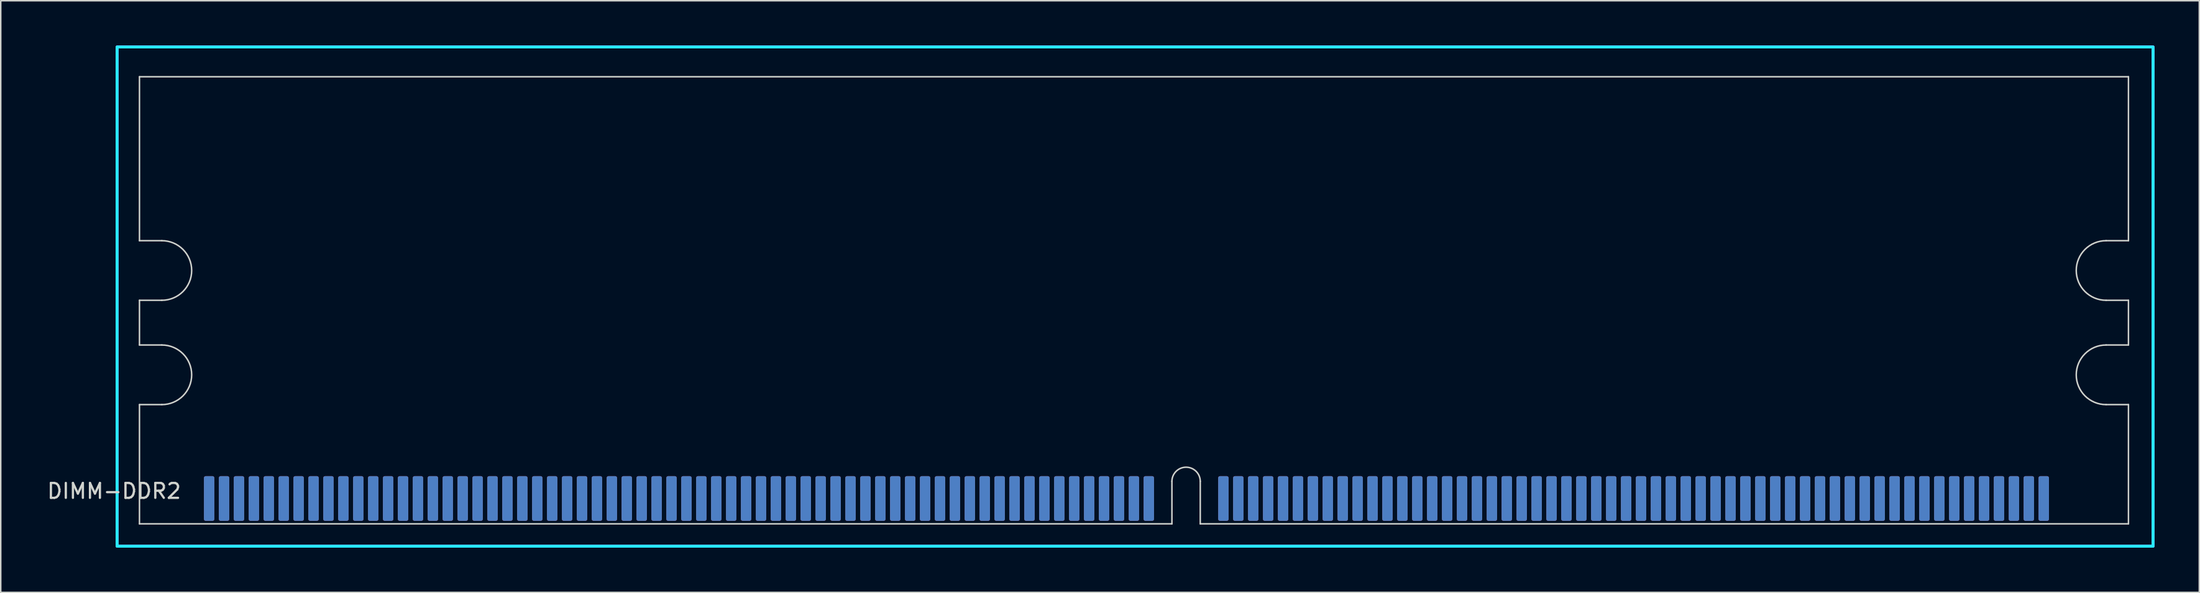
<source format=kicad_pcb>
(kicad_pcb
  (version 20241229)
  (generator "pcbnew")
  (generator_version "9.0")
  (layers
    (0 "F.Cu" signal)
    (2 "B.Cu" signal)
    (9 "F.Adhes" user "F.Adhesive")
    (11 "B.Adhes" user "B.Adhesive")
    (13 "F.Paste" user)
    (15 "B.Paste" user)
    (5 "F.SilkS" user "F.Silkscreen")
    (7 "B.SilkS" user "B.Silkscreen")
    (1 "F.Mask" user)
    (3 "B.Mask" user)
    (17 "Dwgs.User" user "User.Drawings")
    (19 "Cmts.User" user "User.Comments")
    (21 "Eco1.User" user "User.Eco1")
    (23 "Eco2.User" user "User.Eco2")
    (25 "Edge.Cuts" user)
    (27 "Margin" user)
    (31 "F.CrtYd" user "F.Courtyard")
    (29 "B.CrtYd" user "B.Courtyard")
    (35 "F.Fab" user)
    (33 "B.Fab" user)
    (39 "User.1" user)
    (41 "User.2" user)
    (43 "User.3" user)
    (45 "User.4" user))
  (footprint "DIMM-DDR2"
    (layer "F.Cu")
    (at 6.301 32.1)
    (property "Reference" "DIMM-DDR2" (at -1.7 -2.2 180) (layer "Edge.Cuts") (effects (font (size 1 1) (thickness 0.15))))
    (attr smd)
    (fp_line (start 0 -30) (end 133.35 -30) (stroke (width 0.1) (type solid)) (layer "Edge.Cuts"))
    (fp_line (start 0 -19) (end 0 -30) (stroke (width 0.1) (type default)) (layer "Edge.Cuts"))
    (fp_line (start 0 -15) (end 0 -12) (stroke (width 0.1) (type default)) (layer "Edge.Cuts"))
    (fp_line (start 0 -8) (end 0 0) (stroke (width 0.1) (type solid)) (layer "Edge.Cuts"))
    (fp_line (start 0 0) (end 69.22 0) (stroke (width 0.1) (type solid)) (layer "Edge.Cuts"))
    (fp_line (start 1.5 -19) (end 0 -19) (stroke (width 0.1) (type solid)) (layer "Edge.Cuts"))
    (fp_line (start 1.5 -15) (end 0 -15) (stroke (width 0.1) (type solid)) (layer "Edge.Cuts"))
    (fp_line (start 1.5 -12) (end 0 -12) (stroke (width 0.1) (type solid)) (layer "Edge.Cuts"))
    (fp_line (start 1.5 -8) (end 0 -8) (stroke (width 0.1) (type solid)) (layer "Edge.Cuts"))
    (fp_line (start 69.22 0) (end 69.22 -2.85) (stroke (width 0.1) (type solid)) (layer "Edge.Cuts"))
    (fp_line (start 71.12 0) (end 71.12 -2.85) (stroke (width 0.1) (type solid)) (layer "Edge.Cuts"))
    (fp_line (start 71.12 0) (end 133.35 0) (stroke (width 0.1) (type solid)) (layer "Edge.Cuts"))
    (fp_line (start 131.85 -19) (end 133.35 -19) (stroke (width 0.1) (type solid)) (layer "Edge.Cuts"))
    (fp_line (start 131.85 -15) (end 133.35 -15) (stroke (width 0.1) (type solid)) (layer "Edge.Cuts"))
    (fp_line (start 131.85 -12) (end 133.35 -12) (stroke (width 0.1) (type solid)) (layer "Edge.Cuts"))
    (fp_line (start 131.85 -8) (end 133.35 -8) (stroke (width 0.1) (type solid)) (layer "Edge.Cuts"))
    (fp_line (start 133.35 -19) (end 133.35 -30) (stroke (width 0.1) (type solid)) (layer "Edge.Cuts"))
    (fp_line (start 133.35 -15) (end 133.35 -12) (stroke (width 0.1) (type solid)) (layer "Edge.Cuts"))
    (fp_line (start 133.35 -8) (end 133.35 0) (stroke (width 0.1) (type solid)) (layer "Edge.Cuts"))
    (fp_arc (start 1.5 -19) (mid 3.5 -17) (end 1.5 -15) (stroke (width 0.1) (type solid)) (layer "Edge.Cuts"))
    (fp_arc (start 1.5 -12) (mid 3.5 -10) (end 1.5 -8) (stroke (width 0.1) (type solid)) (layer "Edge.Cuts"))
    (fp_arc (start 69.22 -2.85) (mid 70.17 -3.8) (end 71.12 -2.85) (stroke (width 0.1) (type solid)) (layer "Edge.Cuts"))
    (fp_arc (start 131.85 -15) (mid 129.85 -17) (end 131.85 -19) (stroke (width 0.1) (type solid)) (layer "Edge.Cuts"))
    (fp_arc (start 131.85 -8) (mid 129.85 -10) (end 131.85 -12) (stroke (width 0.1) (type solid)) (layer "Edge.Cuts"))
    (fp_rect (start -1.5 -32) (end 135 1.5) (stroke (width 0.2) (type solid)) (fill no) (layer "B.CrtYd"))
    (fp_rect (start -1.5 -32) (end 135 1.5) (stroke (width 0.2) (type solid)) (fill no) (layer "F.CrtYd"))
    (pad "1" connect roundrect (at 4.67 -1.7) (size 0.7 3) (layers "B.Cu" "B.Mask") (roundrect_rratio 0.172))
    (pad "2" connect roundrect (at 5.67 -1.7) (size 0.7 3) (layers "B.Cu" "B.Mask") (roundrect_rratio 0.172))
    (pad "3" connect roundrect (at 6.67 -1.7) (size 0.7 3) (layers "B.Cu" "B.Mask") (roundrect_rratio 0.172))
    (pad "4" connect roundrect (at 7.67 -1.7) (size 0.7 3) (layers "B.Cu" "B.Mask") (roundrect_rratio 0.172))
    (pad "5" connect roundrect (at 8.67 -1.7) (size 0.7 3) (layers "B.Cu" "B.Mask") (roundrect_rratio 0.172))
    (pad "6" connect roundrect (at 9.67 -1.7) (size 0.7 3) (layers "B.Cu" "B.Mask") (roundrect_rratio 0.172))
    (pad "7" connect roundrect (at 10.67 -1.7) (size 0.7 3) (layers "B.Cu" "B.Mask") (roundrect_rratio 0.172))
    (pad "8" connect roundrect (at 11.67 -1.7) (size 0.7 3) (layers "B.Cu" "B.Mask") (roundrect_rratio 0.172))
    (pad "9" connect roundrect (at 12.67 -1.7) (size 0.7 3) (layers "B.Cu" "B.Mask") (roundrect_rratio 0.172))
    (pad "10" connect roundrect (at 13.67 -1.7) (size 0.7 3) (layers "B.Cu" "B.Mask") (roundrect_rratio 0.172))
    (pad "11" connect roundrect (at 14.67 -1.7) (size 0.7 3) (layers "B.Cu" "B.Mask") (roundrect_rratio 0.172))
    (pad "12" connect roundrect (at 15.67 -1.7) (size 0.7 3) (layers "B.Cu" "B.Mask") (roundrect_rratio 0.172))
    (pad "13" connect roundrect (at 16.67 -1.7) (size 0.7 3) (layers "B.Cu" "B.Mask") (roundrect_rratio 0.172))
    (pad "14" connect roundrect (at 17.67 -1.7) (size 0.7 3) (layers "B.Cu" "B.Mask") (roundrect_rratio 0.172))
    (pad "15" connect roundrect (at 18.67 -1.7) (size 0.7 3) (layers "B.Cu" "B.Mask") (roundrect_rratio 0.172))
    (pad "16" connect roundrect (at 19.67 -1.7) (size 0.7 3) (layers "B.Cu" "B.Mask") (roundrect_rratio 0.172))
    (pad "17" connect roundrect (at 20.67 -1.7) (size 0.7 3) (layers "B.Cu" "B.Mask") (roundrect_rratio 0.172))
    (pad "18" connect roundrect (at 21.67 -1.7) (size 0.7 3) (layers "B.Cu" "B.Mask") (roundrect_rratio 0.172))
    (pad "19" connect roundrect (at 22.67 -1.7) (size 0.7 3) (layers "B.Cu" "B.Mask") (roundrect_rratio 0.172))
    (pad "20" connect roundrect (at 23.67 -1.7) (size 0.7 3) (layers "B.Cu" "B.Mask") (roundrect_rratio 0.172))
    (pad "21" connect roundrect (at 24.67 -1.7) (size 0.7 3) (layers "B.Cu" "B.Mask") (roundrect_rratio 0.172))
    (pad "22" connect roundrect (at 25.67 -1.7) (size 0.7 3) (layers "B.Cu" "B.Mask") (roundrect_rratio 0.172))
    (pad "23" connect roundrect (at 26.67 -1.7) (size 0.7 3) (layers "B.Cu" "B.Mask") (roundrect_rratio 0.172))
    (pad "24" connect roundrect (at 27.67 -1.7) (size 0.7 3) (layers "B.Cu" "B.Mask") (roundrect_rratio 0.172))
    (pad "25" connect roundrect (at 28.67 -1.7) (size 0.7 3) (layers "B.Cu" "B.Mask") (roundrect_rratio 0.172))
    (pad "26" connect roundrect (at 29.67 -1.7) (size 0.7 3) (layers "B.Cu" "B.Mask") (roundrect_rratio 0.172))
    (pad "27" connect roundrect (at 30.67 -1.7) (size 0.7 3) (layers "B.Cu" "B.Mask") (roundrect_rratio 0.172))
    (pad "28" connect roundrect (at 31.67 -1.7) (size 0.7 3) (layers "B.Cu" "B.Mask") (roundrect_rratio 0.172))
    (pad "29" connect roundrect (at 32.67 -1.7) (size 0.7 3) (layers "B.Cu" "B.Mask") (roundrect_rratio 0.172))
    (pad "30" connect roundrect (at 33.67 -1.7) (size 0.7 3) (layers "B.Cu" "B.Mask") (roundrect_rratio 0.172))
    (pad "31" connect roundrect (at 34.67 -1.7) (size 0.7 3) (layers "B.Cu" "B.Mask") (roundrect_rratio 0.172))
    (pad "32" connect roundrect (at 35.67 -1.7) (size 0.7 3) (layers "B.Cu" "B.Mask") (roundrect_rratio 0.172))
    (pad "33" connect roundrect (at 36.67 -1.7) (size 0.7 3) (layers "B.Cu" "B.Mask") (roundrect_rratio 0.172))
    (pad "34" connect roundrect (at 37.67 -1.7) (size 0.7 3) (layers "B.Cu" "B.Mask") (roundrect_rratio 0.172))
    (pad "35" connect roundrect (at 38.67 -1.7) (size 0.7 3) (layers "B.Cu" "B.Mask") (roundrect_rratio 0.172))
    (pad "36" connect roundrect (at 39.67 -1.7) (size 0.7 3) (layers "B.Cu" "B.Mask") (roundrect_rratio 0.172))
    (pad "37" connect roundrect (at 40.67 -1.7) (size 0.7 3) (layers "B.Cu" "B.Mask") (roundrect_rratio 0.172))
    (pad "38" connect roundrect (at 41.67 -1.7) (size 0.7 3) (layers "B.Cu" "B.Mask") (roundrect_rratio 0.172))
    (pad "39" connect roundrect (at 42.67 -1.7) (size 0.7 3) (layers "B.Cu" "B.Mask") (roundrect_rratio 0.172))
    (pad "40" connect roundrect (at 43.67 -1.7) (size 0.7 3) (layers "B.Cu" "B.Mask") (roundrect_rratio 0.172))
    (pad "41" connect roundrect (at 44.67 -1.7) (size 0.7 3) (layers "B.Cu" "B.Mask") (roundrect_rratio 0.172))
    (pad "42" connect roundrect (at 45.67 -1.7) (size 0.7 3) (layers "B.Cu" "B.Mask") (roundrect_rratio 0.172))
    (pad "43" connect roundrect (at 46.67 -1.7) (size 0.7 3) (layers "B.Cu" "B.Mask") (roundrect_rratio 0.172))
    (pad "44" connect roundrect (at 47.67 -1.7) (size 0.7 3) (layers "B.Cu" "B.Mask") (roundrect_rratio 0.172))
    (pad "45" connect roundrect (at 48.67 -1.7) (size 0.7 3) (layers "B.Cu" "B.Mask") (roundrect_rratio 0.172))
    (pad "46" connect roundrect (at 49.67 -1.7) (size 0.7 3) (layers "B.Cu" "B.Mask") (roundrect_rratio 0.172))
    (pad "47" connect roundrect (at 50.67 -1.7) (size 0.7 3) (layers "B.Cu" "B.Mask") (roundrect_rratio 0.172))
    (pad "48" connect roundrect (at 51.67 -1.7) (size 0.7 3) (layers "B.Cu" "B.Mask") (roundrect_rratio 0.172))
    (pad "49" connect roundrect (at 52.67 -1.7) (size 0.7 3) (layers "B.Cu" "B.Mask") (roundrect_rratio 0.172))
    (pad "50" connect roundrect (at 53.67 -1.7) (size 0.7 3) (layers "B.Cu" "B.Mask") (roundrect_rratio 0.172))
    (pad "51" connect roundrect (at 54.67 -1.7) (size 0.7 3) (layers "B.Cu" "B.Mask") (roundrect_rratio 0.172))
    (pad "52" connect roundrect (at 55.67 -1.7) (size 0.7 3) (layers "B.Cu" "B.Mask") (roundrect_rratio 0.172))
    (pad "53" connect roundrect (at 56.67 -1.7) (size 0.7 3) (layers "B.Cu" "B.Mask") (roundrect_rratio 0.172))
    (pad "54" connect roundrect (at 57.67 -1.7) (size 0.7 3) (layers "B.Cu" "B.Mask") (roundrect_rratio 0.172))
    (pad "55" connect roundrect (at 58.67 -1.7) (size 0.7 3) (layers "B.Cu" "B.Mask") (roundrect_rratio 0.172))
    (pad "56" connect roundrect (at 59.67 -1.7) (size 0.7 3) (layers "B.Cu" "B.Mask") (roundrect_rratio 0.172))
    (pad "57" connect roundrect (at 60.67 -1.7) (size 0.7 3) (layers "B.Cu" "B.Mask") (roundrect_rratio 0.172))
    (pad "58" connect roundrect (at 61.67 -1.7) (size 0.7 3) (layers "B.Cu" "B.Mask") (roundrect_rratio 0.172))
    (pad "59" connect roundrect (at 62.67 -1.7) (size 0.7 3) (layers "B.Cu" "B.Mask") (roundrect_rratio 0.172))
    (pad "60" connect roundrect (at 63.67 -1.7) (size 0.7 3) (layers "B.Cu" "B.Mask") (roundrect_rratio 0.172))
    (pad "61" connect roundrect (at 64.67 -1.7) (size 0.7 3) (layers "B.Cu" "B.Mask") (roundrect_rratio 0.172))
    (pad "62" connect roundrect (at 65.67 -1.7) (size 0.7 3) (layers "B.Cu" "B.Mask") (roundrect_rratio 0.172))
    (pad "63" connect roundrect (at 66.67 -1.7) (size 0.7 3) (layers "B.Cu" "B.Mask") (roundrect_rratio 0.172))
    (pad "64" connect roundrect (at 67.67 -1.7) (size 0.7 3) (layers "B.Cu" "B.Mask") (roundrect_rratio 0.172))
    (pad "65" connect roundrect (at 72.67 -1.7) (size 0.7 3) (layers "B.Cu" "B.Mask") (roundrect_rratio 0.172))
    (pad "66" connect roundrect (at 73.67 -1.7) (size 0.7 3) (layers "B.Cu" "B.Mask") (roundrect_rratio 0.172))
    (pad "67" connect roundrect (at 74.67 -1.7) (size 0.7 3) (layers "B.Cu" "B.Mask") (roundrect_rratio 0.172))
    (pad "68" connect roundrect (at 75.67 -1.7) (size 0.7 3) (layers "B.Cu" "B.Mask") (roundrect_rratio 0.172))
    (pad "69" connect roundrect (at 76.67 -1.7) (size 0.7 3) (layers "B.Cu" "B.Mask") (roundrect_rratio 0.172))
    (pad "70" connect roundrect (at 77.67 -1.7) (size 0.7 3) (layers "B.Cu" "B.Mask") (roundrect_rratio 0.172))
    (pad "71" connect roundrect (at 78.67 -1.7) (size 0.7 3) (layers "B.Cu" "B.Mask") (roundrect_rratio 0.172))
    (pad "72" connect roundrect (at 79.67 -1.7) (size 0.7 3) (layers "B.Cu" "B.Mask") (roundrect_rratio 0.172))
    (pad "73" connect roundrect (at 80.67 -1.7) (size 0.7 3) (layers "B.Cu" "B.Mask") (roundrect_rratio 0.172))
    (pad "74" connect roundrect (at 81.67 -1.7) (size 0.7 3) (layers "B.Cu" "B.Mask") (roundrect_rratio 0.172))
    (pad "75" connect roundrect (at 82.67 -1.7) (size 0.7 3) (layers "B.Cu" "B.Mask") (roundrect_rratio 0.172))
    (pad "76" connect roundrect (at 83.67 -1.7) (size 0.7 3) (layers "B.Cu" "B.Mask") (roundrect_rratio 0.172))
    (pad "77" connect roundrect (at 84.67 -1.7) (size 0.7 3) (layers "B.Cu" "B.Mask") (roundrect_rratio 0.172))
    (pad "78" connect roundrect (at 85.67 -1.7) (size 0.7 3) (layers "B.Cu" "B.Mask") (roundrect_rratio 0.172))
    (pad "79" connect roundrect (at 86.67 -1.7) (size 0.7 3) (layers "B.Cu" "B.Mask") (roundrect_rratio 0.172))
    (pad "80" connect roundrect (at 87.67 -1.7) (size 0.7 3) (layers "B.Cu" "B.Mask") (roundrect_rratio 0.172))
    (pad "81" connect roundrect (at 88.67 -1.7) (size 0.7 3) (layers "B.Cu" "B.Mask") (roundrect_rratio 0.172))
    (pad "82" connect roundrect (at 89.67 -1.7) (size 0.7 3) (layers "B.Cu" "B.Mask") (roundrect_rratio 0.172))
    (pad "83" connect roundrect (at 90.67 -1.7) (size 0.7 3) (layers "B.Cu" "B.Mask") (roundrect_rratio 0.172))
    (pad "84" connect roundrect (at 91.67 -1.7) (size 0.7 3) (layers "B.Cu" "B.Mask") (roundrect_rratio 0.172))
    (pad "85" connect roundrect (at 92.67 -1.7) (size 0.7 3) (layers "B.Cu" "B.Mask") (roundrect_rratio 0.172))
    (pad "86" connect roundrect (at 93.67 -1.7) (size 0.7 3) (layers "B.Cu" "B.Mask") (roundrect_rratio 0.172))
    (pad "87" connect roundrect (at 94.67 -1.7) (size 0.7 3) (layers "B.Cu" "B.Mask") (roundrect_rratio 0.172))
    (pad "88" connect roundrect (at 95.67 -1.7) (size 0.7 3) (layers "B.Cu" "B.Mask") (roundrect_rratio 0.172))
    (pad "89" connect roundrect (at 96.67 -1.7) (size 0.7 3) (layers "B.Cu" "B.Mask") (roundrect_rratio 0.172))
    (pad "90" connect roundrect (at 97.67 -1.7) (size 0.7 3) (layers "B.Cu" "B.Mask") (roundrect_rratio 0.172))
    (pad "91" connect roundrect (at 98.67 -1.7) (size 0.7 3) (layers "B.Cu" "B.Mask") (roundrect_rratio 0.172))
    (pad "92" connect roundrect (at 99.67 -1.7) (size 0.7 3) (layers "B.Cu" "B.Mask") (roundrect_rratio 0.172))
    (pad "93" connect roundrect (at 100.67 -1.7) (size 0.7 3) (layers "B.Cu" "B.Mask") (roundrect_rratio 0.172))
    (pad "94" connect roundrect (at 101.67 -1.7) (size 0.7 3) (layers "B.Cu" "B.Mask") (roundrect_rratio 0.172))
    (pad "95" connect roundrect (at 102.67 -1.7) (size 0.7 3) (layers "B.Cu" "B.Mask") (roundrect_rratio 0.172))
    (pad "96" connect roundrect (at 103.67 -1.7) (size 0.7 3) (layers "B.Cu" "B.Mask") (roundrect_rratio 0.172))
    (pad "97" connect roundrect (at 104.67 -1.7) (size 0.7 3) (layers "B.Cu" "B.Mask") (roundrect_rratio 0.172))
    (pad "98" connect roundrect (at 105.67 -1.7) (size 0.7 3) (layers "B.Cu" "B.Mask") (roundrect_rratio 0.172))
    (pad "99" connect roundrect (at 106.67 -1.7) (size 0.7 3) (layers "B.Cu" "B.Mask") (roundrect_rratio 0.172))
    (pad "100" connect roundrect (at 107.67 -1.7) (size 0.7 3) (layers "B.Cu" "B.Mask") (roundrect_rratio 0.172))
    (pad "101" connect roundrect (at 108.67 -1.7) (size 0.7 3) (layers "B.Cu" "B.Mask") (roundrect_rratio 0.172))
    (pad "102" connect roundrect (at 109.67 -1.7) (size 0.7 3) (layers "B.Cu" "B.Mask") (roundrect_rratio 0.172))
    (pad "103" connect roundrect (at 110.67 -1.7) (size 0.7 3) (layers "B.Cu" "B.Mask") (roundrect_rratio 0.172))
    (pad "104" connect roundrect (at 111.67 -1.7) (size 0.7 3) (layers "B.Cu" "B.Mask") (roundrect_rratio 0.172))
    (pad "105" connect roundrect (at 112.67 -1.7) (size 0.7 3) (layers "B.Cu" "B.Mask") (roundrect_rratio 0.172))
    (pad "106" connect roundrect (at 113.67 -1.7) (size 0.7 3) (layers "B.Cu" "B.Mask") (roundrect_rratio 0.172))
    (pad "107" connect roundrect (at 114.67 -1.7) (size 0.7 3) (layers "B.Cu" "B.Mask") (roundrect_rratio 0.172))
    (pad "108" connect roundrect (at 115.67 -1.7) (size 0.7 3) (layers "B.Cu" "B.Mask") (roundrect_rratio 0.172))
    (pad "109" connect roundrect (at 116.67 -1.7) (size 0.7 3) (layers "B.Cu" "B.Mask") (roundrect_rratio 0.172))
    (pad "110" connect roundrect (at 117.67 -1.7) (size 0.7 3) (layers "B.Cu" "B.Mask") (roundrect_rratio 0.172))
    (pad "111" connect roundrect (at 118.67 -1.7) (size 0.7 3) (layers "B.Cu" "B.Mask") (roundrect_rratio 0.172))
    (pad "112" connect roundrect (at 119.67 -1.7) (size 0.7 3) (layers "B.Cu" "B.Mask") (roundrect_rratio 0.172))
    (pad "113" connect roundrect (at 120.67 -1.7) (size 0.7 3) (layers "B.Cu" "B.Mask") (roundrect_rratio 0.172))
    (pad "114" connect roundrect (at 121.67 -1.7) (size 0.7 3) (layers "B.Cu" "B.Mask") (roundrect_rratio 0.172))
    (pad "115" connect roundrect (at 122.67 -1.7) (size 0.7 3) (layers "B.Cu" "B.Mask") (roundrect_rratio 0.172))
    (pad "116" connect roundrect (at 123.67 -1.7) (size 0.7 3) (layers "B.Cu" "B.Mask") (roundrect_rratio 0.172))
    (pad "117" connect roundrect (at 124.67 -1.7) (size 0.7 3) (layers "B.Cu" "B.Mask") (roundrect_rratio 0.172))
    (pad "118" connect roundrect (at 125.67 -1.7) (size 0.7 3) (layers "B.Cu" "B.Mask") (roundrect_rratio 0.172))
    (pad "119" connect roundrect (at 126.67 -1.7) (size 0.7 3) (layers "B.Cu" "B.Mask") (roundrect_rratio 0.172))
    (pad "120" connect roundrect (at 127.67 -1.7) (size 0.7 3) (layers "B.Cu" "B.Mask") (roundrect_rratio 0.172))
    (pad "121" connect roundrect (at 4.67 -1.7) (size 0.7 3) (layers "F.Cu" "F.Mask") (roundrect_rratio 0.172))
    (pad "122" connect roundrect (at 5.67 -1.7) (size 0.7 3) (layers "F.Cu" "F.Mask") (roundrect_rratio 0.172))
    (pad "123" connect roundrect (at 6.67 -1.7) (size 0.7 3) (layers "F.Cu" "F.Mask") (roundrect_rratio 0.172))
    (pad "124" connect roundrect (at 7.67 -1.7) (size 0.7 3) (layers "F.Cu" "F.Mask") (roundrect_rratio 0.172))
    (pad "125" connect roundrect (at 8.67 -1.7) (size 0.7 3) (layers "F.Cu" "F.Mask") (roundrect_rratio 0.172))
    (pad "126" connect roundrect (at 9.67 -1.7) (size 0.7 3) (layers "F.Cu" "F.Mask") (roundrect_rratio 0.172))
    (pad "127" connect roundrect (at 10.67 -1.7) (size 0.7 3) (layers "F.Cu" "F.Mask") (roundrect_rratio 0.172))
    (pad "128" connect roundrect (at 11.67 -1.7) (size 0.7 3) (layers "F.Cu" "F.Mask") (roundrect_rratio 0.172))
    (pad "129" connect roundrect (at 12.67 -1.7) (size 0.7 3) (layers "F.Cu" "F.Mask") (roundrect_rratio 0.172))
    (pad "130" connect roundrect (at 13.67 -1.7) (size 0.7 3) (layers "F.Cu" "F.Mask") (roundrect_rratio 0.172))
    (pad "131" connect roundrect (at 14.67 -1.7) (size 0.7 3) (layers "F.Cu" "F.Mask") (roundrect_rratio 0.172))
    (pad "132" connect roundrect (at 15.67 -1.7) (size 0.7 3) (layers "F.Cu" "F.Mask") (roundrect_rratio 0.172))
    (pad "133" connect roundrect (at 16.67 -1.7) (size 0.7 3) (layers "F.Cu" "F.Mask") (roundrect_rratio 0.172))
    (pad "134" connect roundrect (at 17.67 -1.7) (size 0.7 3) (layers "F.Cu" "F.Mask") (roundrect_rratio 0.172))
    (pad "135" connect roundrect (at 18.67 -1.7) (size 0.7 3) (layers "F.Cu" "F.Mask") (roundrect_rratio 0.172))
    (pad "136" connect roundrect (at 19.67 -1.7) (size 0.7 3) (layers "F.Cu" "F.Mask") (roundrect_rratio 0.172))
    (pad "137" connect roundrect (at 20.67 -1.7) (size 0.7 3) (layers "F.Cu" "F.Mask") (roundrect_rratio 0.172))
    (pad "138" connect roundrect (at 21.67 -1.7) (size 0.7 3) (layers "F.Cu" "F.Mask") (roundrect_rratio 0.172))
    (pad "139" connect roundrect (at 22.67 -1.7) (size 0.7 3) (layers "F.Cu" "F.Mask") (roundrect_rratio 0.172))
    (pad "140" connect roundrect (at 23.67 -1.7) (size 0.7 3) (layers "F.Cu" "F.Mask") (roundrect_rratio 0.172))
    (pad "141" connect roundrect (at 24.67 -1.7) (size 0.7 3) (layers "F.Cu" "F.Mask") (roundrect_rratio 0.172))
    (pad "142" connect roundrect (at 25.67 -1.7) (size 0.7 3) (layers "F.Cu" "F.Mask") (roundrect_rratio 0.172))
    (pad "143" connect roundrect (at 26.67 -1.7) (size 0.7 3) (layers "F.Cu" "F.Mask") (roundrect_rratio 0.172))
    (pad "144" connect roundrect (at 27.67 -1.7) (size 0.7 3) (layers "F.Cu" "F.Mask") (roundrect_rratio 0.172))
    (pad "145" connect roundrect (at 28.67 -1.7) (size 0.7 3) (layers "F.Cu" "F.Mask") (roundrect_rratio 0.172))
    (pad "146" connect roundrect (at 29.67 -1.7) (size 0.7 3) (layers "F.Cu" "F.Mask") (roundrect_rratio 0.172))
    (pad "147" connect roundrect (at 30.67 -1.7) (size 0.7 3) (layers "F.Cu" "F.Mask") (roundrect_rratio 0.172))
    (pad "148" connect roundrect (at 31.67 -1.7) (size 0.7 3) (layers "F.Cu" "F.Mask") (roundrect_rratio 0.172))
    (pad "149" connect roundrect (at 32.67 -1.7) (size 0.7 3) (layers "F.Cu" "F.Mask") (roundrect_rratio 0.172))
    (pad "150" connect roundrect (at 33.67 -1.7) (size 0.7 3) (layers "F.Cu" "F.Mask") (roundrect_rratio 0.172))
    (pad "151" connect roundrect (at 34.67 -1.7) (size 0.7 3) (layers "F.Cu" "F.Mask") (roundrect_rratio 0.172))
    (pad "152" connect roundrect (at 35.67 -1.7) (size 0.7 3) (layers "F.Cu" "F.Mask") (roundrect_rratio 0.172))
    (pad "153" connect roundrect (at 36.67 -1.7) (size 0.7 3) (layers "F.Cu" "F.Mask") (roundrect_rratio 0.172))
    (pad "154" connect roundrect (at 37.67 -1.7) (size 0.7 3) (layers "F.Cu" "F.Mask") (roundrect_rratio 0.172))
    (pad "155" connect roundrect (at 38.67 -1.7) (size 0.7 3) (layers "F.Cu" "F.Mask") (roundrect_rratio 0.172))
    (pad "156" connect roundrect (at 39.67 -1.7) (size 0.7 3) (layers "F.Cu" "F.Mask") (roundrect_rratio 0.172))
    (pad "157" connect roundrect (at 40.67 -1.7) (size 0.7 3) (layers "F.Cu" "F.Mask") (roundrect_rratio 0.172))
    (pad "158" connect roundrect (at 41.67 -1.7) (size 0.7 3) (layers "F.Cu" "F.Mask") (roundrect_rratio 0.172))
    (pad "159" connect roundrect (at 42.67 -1.7) (size 0.7 3) (layers "F.Cu" "F.Mask") (roundrect_rratio 0.172))
    (pad "160" connect roundrect (at 43.67 -1.7) (size 0.7 3) (layers "F.Cu" "F.Mask") (roundrect_rratio 0.172))
    (pad "161" connect roundrect (at 44.67 -1.7) (size 0.7 3) (layers "F.Cu" "F.Mask") (roundrect_rratio 0.172))
    (pad "162" connect roundrect (at 45.67 -1.7) (size 0.7 3) (layers "F.Cu" "F.Mask") (roundrect_rratio 0.172))
    (pad "163" connect roundrect (at 46.67 -1.7) (size 0.7 3) (layers "F.Cu" "F.Mask") (roundrect_rratio 0.172))
    (pad "164" connect roundrect (at 47.67 -1.7) (size 0.7 3) (layers "F.Cu" "F.Mask") (roundrect_rratio 0.172))
    (pad "165" connect roundrect (at 48.67 -1.7) (size 0.7 3) (layers "F.Cu" "F.Mask") (roundrect_rratio 0.172))
    (pad "166" connect roundrect (at 49.67 -1.7) (size 0.7 3) (layers "F.Cu" "F.Mask") (roundrect_rratio 0.172))
    (pad "167" connect roundrect (at 50.67 -1.7) (size 0.7 3) (layers "F.Cu" "F.Mask") (roundrect_rratio 0.172))
    (pad "168" connect roundrect (at 51.67 -1.7) (size 0.7 3) (layers "F.Cu" "F.Mask") (roundrect_rratio 0.172))
    (pad "169" connect roundrect (at 52.67 -1.7) (size 0.7 3) (layers "F.Cu" "F.Mask") (roundrect_rratio 0.172))
    (pad "170" connect roundrect (at 53.67 -1.7) (size 0.7 3) (layers "F.Cu" "F.Mask") (roundrect_rratio 0.172))
    (pad "171" connect roundrect (at 54.67 -1.7) (size 0.7 3) (layers "F.Cu" "F.Mask") (roundrect_rratio 0.172))
    (pad "172" connect roundrect (at 55.67 -1.7) (size 0.7 3) (layers "F.Cu" "F.Mask") (roundrect_rratio 0.172))
    (pad "173" connect roundrect (at 56.67 -1.7) (size 0.7 3) (layers "F.Cu" "F.Mask") (roundrect_rratio 0.172))
    (pad "174" connect roundrect (at 57.67 -1.7) (size 0.7 3) (layers "F.Cu" "F.Mask") (roundrect_rratio 0.172))
    (pad "175" connect roundrect (at 58.67 -1.7) (size 0.7 3) (layers "F.Cu" "F.Mask") (roundrect_rratio 0.172))
    (pad "176" connect roundrect (at 59.67 -1.7) (size 0.7 3) (layers "F.Cu" "F.Mask") (roundrect_rratio 0.172))
    (pad "177" connect roundrect (at 60.67 -1.7) (size 0.7 3) (layers "F.Cu" "F.Mask") (roundrect_rratio 0.172))
    (pad "178" connect roundrect (at 61.67 -1.7) (size 0.7 3) (layers "F.Cu" "F.Mask") (roundrect_rratio 0.172))
    (pad "179" connect roundrect (at 62.67 -1.7) (size 0.7 3) (layers "F.Cu" "F.Mask") (roundrect_rratio 0.172))
    (pad "180" connect roundrect (at 63.67 -1.7) (size 0.7 3) (layers "F.Cu" "F.Mask") (roundrect_rratio 0.172))
    (pad "181" connect roundrect (at 64.67 -1.7) (size 0.7 3) (layers "F.Cu" "F.Mask") (roundrect_rratio 0.172))
    (pad "182" connect roundrect (at 65.67 -1.7) (size 0.7 3) (layers "F.Cu" "F.Mask") (roundrect_rratio 0.172))
    (pad "183" connect roundrect (at 66.67 -1.7) (size 0.7 3) (layers "F.Cu" "F.Mask") (roundrect_rratio 0.172))
    (pad "184" connect roundrect (at 67.67 -1.7) (size 0.7 3) (layers "F.Cu" "F.Mask") (roundrect_rratio 0.172))
    (pad "185" connect roundrect (at 72.67 -1.7) (size 0.7 3) (layers "F.Cu" "F.Mask") (roundrect_rratio 0.172))
    (pad "186" connect roundrect (at 73.67 -1.7) (size 0.7 3) (layers "F.Cu" "F.Mask") (roundrect_rratio 0.172))
    (pad "187" connect roundrect (at 74.67 -1.7) (size 0.7 3) (layers "F.Cu" "F.Mask") (roundrect_rratio 0.172))
    (pad "188" connect roundrect (at 75.67 -1.7) (size 0.7 3) (layers "F.Cu" "F.Mask") (roundrect_rratio 0.172))
    (pad "189" connect roundrect (at 76.67 -1.7) (size 0.7 3) (layers "F.Cu" "F.Mask") (roundrect_rratio 0.172))
    (pad "190" connect roundrect (at 77.67 -1.7) (size 0.7 3) (layers "F.Cu" "F.Mask") (roundrect_rratio 0.172))
    (pad "191" connect roundrect (at 78.67 -1.7) (size 0.7 3) (layers "F.Cu" "F.Mask") (roundrect_rratio 0.172))
    (pad "192" connect roundrect (at 79.67 -1.7) (size 0.7 3) (layers "F.Cu" "F.Mask") (roundrect_rratio 0.172))
    (pad "193" connect roundrect (at 80.67 -1.7) (size 0.7 3) (layers "F.Cu" "F.Mask") (roundrect_rratio 0.172))
    (pad "194" connect roundrect (at 81.67 -1.7) (size 0.7 3) (layers "F.Cu" "F.Mask") (roundrect_rratio 0.172))
    (pad "195" connect roundrect (at 82.67 -1.7) (size 0.7 3) (layers "F.Cu" "F.Mask") (roundrect_rratio 0.172))
    (pad "196" connect roundrect (at 83.67 -1.7) (size 0.7 3) (layers "F.Cu" "F.Mask") (roundrect_rratio 0.172))
    (pad "197" connect roundrect (at 84.67 -1.7) (size 0.7 3) (layers "F.Cu" "F.Mask") (roundrect_rratio 0.172))
    (pad "198" connect roundrect (at 85.67 -1.7) (size 0.7 3) (layers "F.Cu" "F.Mask") (roundrect_rratio 0.172))
    (pad "199" connect roundrect (at 86.67 -1.7) (size 0.7 3) (layers "F.Cu" "F.Mask") (roundrect_rratio 0.172))
    (pad "200" connect roundrect (at 87.67 -1.7) (size 0.7 3) (layers "F.Cu" "F.Mask") (roundrect_rratio 0.172))
    (pad "201" connect roundrect (at 88.67 -1.7) (size 0.7 3) (layers "F.Cu" "F.Mask") (roundrect_rratio 0.172))
    (pad "202" connect roundrect (at 89.67 -1.7) (size 0.7 3) (layers "F.Cu" "F.Mask") (roundrect_rratio 0.172))
    (pad "203" connect roundrect (at 90.67 -1.7) (size 0.7 3) (layers "F.Cu" "F.Mask") (roundrect_rratio 0.172))
    (pad "204" connect roundrect (at 91.67 -1.7) (size 0.7 3) (layers "F.Cu" "F.Mask") (roundrect_rratio 0.172))
    (pad "205" connect roundrect (at 92.67 -1.7) (size 0.7 3) (layers "F.Cu" "F.Mask") (roundrect_rratio 0.172))
    (pad "206" connect roundrect (at 93.67 -1.7) (size 0.7 3) (layers "F.Cu" "F.Mask") (roundrect_rratio 0.172))
    (pad "207" connect roundrect (at 94.67 -1.7) (size 0.7 3) (layers "F.Cu" "F.Mask") (roundrect_rratio 0.172))
    (pad "208" connect roundrect (at 95.67 -1.7) (size 0.7 3) (layers "F.Cu" "F.Mask") (roundrect_rratio 0.172))
    (pad "209" connect roundrect (at 96.67 -1.7) (size 0.7 3) (layers "F.Cu" "F.Mask") (roundrect_rratio 0.172))
    (pad "210" connect roundrect (at 97.67 -1.7) (size 0.7 3) (layers "F.Cu" "F.Mask") (roundrect_rratio 0.172))
    (pad "211" connect roundrect (at 98.67 -1.7) (size 0.7 3) (layers "F.Cu" "F.Mask") (roundrect_rratio 0.172))
    (pad "212" connect roundrect (at 99.67 -1.7) (size 0.7 3) (layers "F.Cu" "F.Mask") (roundrect_rratio 0.172))
    (pad "213" connect roundrect (at 100.67 -1.7) (size 0.7 3) (layers "F.Cu" "F.Mask") (roundrect_rratio 0.172))
    (pad "214" connect roundrect (at 101.67 -1.7) (size 0.7 3) (layers "F.Cu" "F.Mask") (roundrect_rratio 0.172))
    (pad "215" connect roundrect (at 102.67 -1.7) (size 0.7 3) (layers "F.Cu" "F.Mask") (roundrect_rratio 0.172))
    (pad "216" connect roundrect (at 103.67 -1.7) (size 0.7 3) (layers "F.Cu" "F.Mask") (roundrect_rratio 0.172))
    (pad "217" connect roundrect (at 104.67 -1.7) (size 0.7 3) (layers "F.Cu" "F.Mask") (roundrect_rratio 0.172))
    (pad "218" connect roundrect (at 105.67 -1.7) (size 0.7 3) (layers "F.Cu" "F.Mask") (roundrect_rratio 0.172))
    (pad "219" connect roundrect (at 106.67 -1.7) (size 0.7 3) (layers "F.Cu" "F.Mask") (roundrect_rratio 0.172))
    (pad "220" connect roundrect (at 107.67 -1.7) (size 0.7 3) (layers "F.Cu" "F.Mask") (roundrect_rratio 0.172))
    (pad "221" connect roundrect (at 108.67 -1.7) (size 0.7 3) (layers "F.Cu" "F.Mask") (roundrect_rratio 0.172))
    (pad "222" connect roundrect (at 109.67 -1.7) (size 0.7 3) (layers "F.Cu" "F.Mask") (roundrect_rratio 0.172))
    (pad "223" connect roundrect (at 110.67 -1.7) (size 0.7 3) (layers "F.Cu" "F.Mask") (roundrect_rratio 0.172))
    (pad "224" connect roundrect (at 111.67 -1.7) (size 0.7 3) (layers "F.Cu" "F.Mask") (roundrect_rratio 0.172))
    (pad "225" connect roundrect (at 112.67 -1.7) (size 0.7 3) (layers "F.Cu" "F.Mask") (roundrect_rratio 0.172))
    (pad "226" connect roundrect (at 113.67 -1.7) (size 0.7 3) (layers "F.Cu" "F.Mask") (roundrect_rratio 0.172))
    (pad "227" connect roundrect (at 114.67 -1.7) (size 0.7 3) (layers "F.Cu" "F.Mask") (roundrect_rratio 0.172))
    (pad "228" connect roundrect (at 115.67 -1.7) (size 0.7 3) (layers "F.Cu" "F.Mask") (roundrect_rratio 0.172))
    (pad "229" connect roundrect (at 116.67 -1.7) (size 0.7 3) (layers "F.Cu" "F.Mask") (roundrect_rratio 0.172))
    (pad "230" connect roundrect (at 117.67 -1.7) (size 0.7 3) (layers "F.Cu" "F.Mask") (roundrect_rratio 0.172))
    (pad "231" connect roundrect (at 118.67 -1.7) (size 0.7 3) (layers "F.Cu" "F.Mask") (roundrect_rratio 0.172))
    (pad "232" connect roundrect (at 119.67 -1.7) (size 0.7 3) (layers "F.Cu" "F.Mask") (roundrect_rratio 0.172))
    (pad "233" connect roundrect (at 120.67 -1.7) (size 0.7 3) (layers "F.Cu" "F.Mask") (roundrect_rratio 0.172))
    (pad "234" connect roundrect (at 121.67 -1.7) (size 0.7 3) (layers "F.Cu" "F.Mask") (roundrect_rratio 0.172))
    (pad "235" connect roundrect (at 122.67 -1.7) (size 0.7 3) (layers "F.Cu" "F.Mask") (roundrect_rratio 0.172))
    (pad "236" connect roundrect (at 123.67 -1.7) (size 0.7 3) (layers "F.Cu" "F.Mask") (roundrect_rratio 0.172))
    (pad "237" connect roundrect (at 124.67 -1.7) (size 0.7 3) (layers "F.Cu" "F.Mask") (roundrect_rratio 0.172))
    (pad "238" connect roundrect (at 125.67 -1.7) (size 0.7 3) (layers "F.Cu" "F.Mask") (roundrect_rratio 0.172))
    (pad "239" connect roundrect (at 126.67 -1.7) (size 0.7 3) (layers "F.Cu" "F.Mask") (roundrect_rratio 0.172))
    (pad "240" connect roundrect (at 127.67 -1.7) (size 0.7 3) (layers "F.Cu" "F.Mask") (roundrect_rratio 0.172)))
  (gr_rect
    (start -3 -3)
    (end 144.401 36.7)
    (stroke (width 0.1) (type default))
    (fill no)
    (layer "Edge.Cuts")))
</source>
